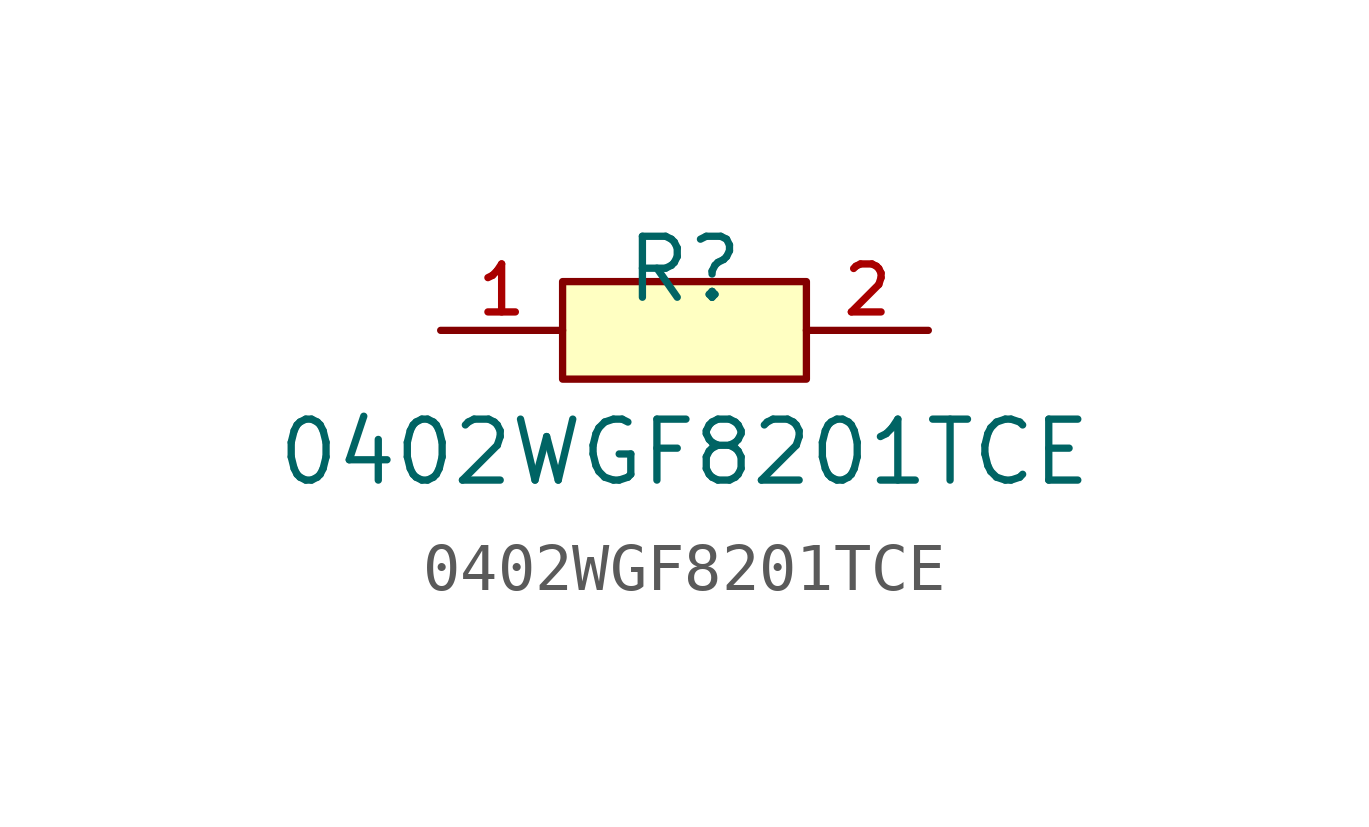
<source format=kicad_sym>
(kicad_symbol_lib
  (version 20210201)
  (generator TousstNicolas/JLC2KiCad_lib)
  (symbol "0402WGF8201TCE"
    (pin_names hide)
    (property "Reference" "R"
      (at 0 1.27 0)
      (effects (font (size 1.27 1.27))))
    (property "Value" "0402WGF8201TCE"
      (at 0 -2.54 0)
      (effects (font (size 1.27 1.27))))
    (symbol "0402WGF8201TCE_0_1"
      (pin input line (at 5.08 -0.0 180) (length 2.54) (name "2" (effects (font (size 1 1)))) (number "2" (effects (font (size 1 1)))))
      (pin input line (at -5.08 -0.0 0) (length 2.54) (name "1" (effects (font (size 1 1)))) (number "1" (effects (font (size 1 1)))))
      (rectangle (start -2.54 1.016) (end 2.54 -1.016) (stroke (width 0) (type default) (color 0 0 0 0)) (fill (type background))))))
</source>
